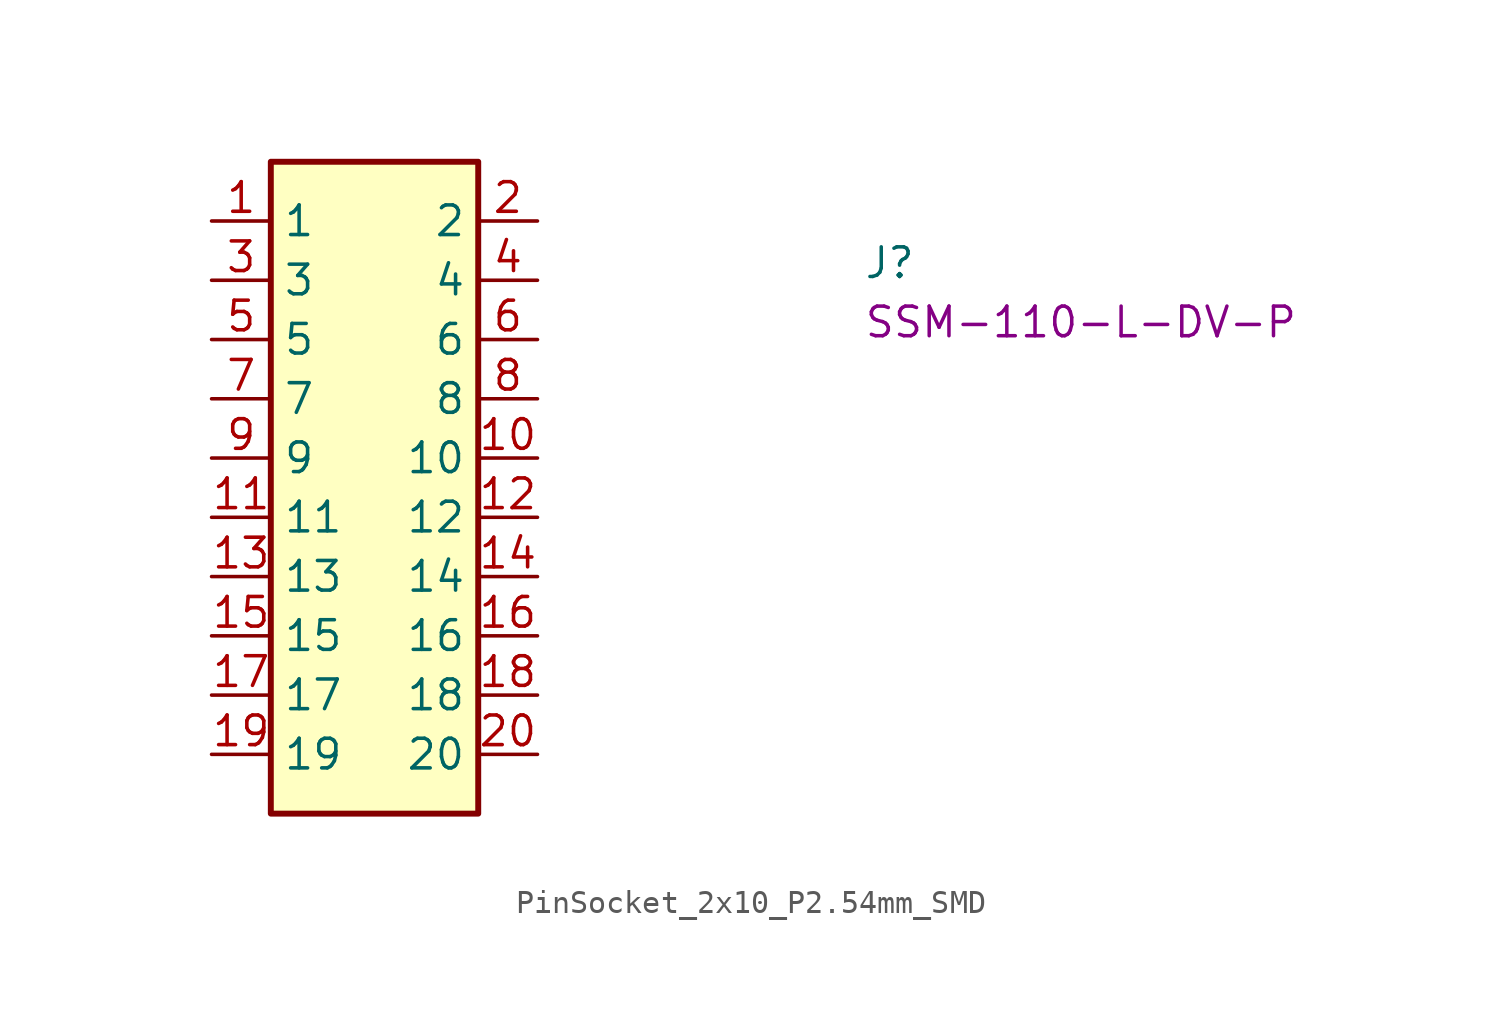
<source format=kicad_sym>
(kicad_symbol_lib
  (version 20220914)
  (generator kicad_symbol_editor)
  (symbol "PinSocket_2x10_P2.54mm_SMD"
    (property "Reference" "J"
      (at 27.94 -2.54 0)
      (effects (font (size 1.27 1.27) (thickness 0.15)) (justify left bottom)))
    (property "MPN" "SSM-110-L-DV-P"
      (at 27.94 -5.08 0)
      (effects (font (size 1.27 1.27) (thickness 0.15)) (justify left bottom)))
    (symbol "PinSocket_2x10_P2.54mm_SMD_1_1"
      (rectangle (start 2.54 2.54) (end 11.43 -25.4) (stroke (width 0.254) (type default)) (fill (type background)))
      (pin passive line (at 0 0 0) (length 2.54) (name "1" (effects (font (size 1.27 1.27)))) (number "1" (effects (font (size 1.27 1.27)))))
      (pin passive line (at 13.97 -10.16 180) (length 2.54) (name "10" (effects (font (size 1.27 1.27)))) (number "10" (effects (font (size 1.27 1.27)))))
      (pin passive line (at 0 -12.7 0) (length 2.54) (name "11" (effects (font (size 1.27 1.27)))) (number "11" (effects (font (size 1.27 1.27)))))
      (pin passive line (at 13.97 -12.7 180) (length 2.54) (name "12" (effects (font (size 1.27 1.27)))) (number "12" (effects (font (size 1.27 1.27)))))
      (pin passive line (at 0 -15.24 0) (length 2.54) (name "13" (effects (font (size 1.27 1.27)))) (number "13" (effects (font (size 1.27 1.27)))))
      (pin passive line (at 13.97 -15.24 180) (length 2.54) (name "14" (effects (font (size 1.27 1.27)))) (number "14" (effects (font (size 1.27 1.27)))))
      (pin passive line (at 0 -17.78 0) (length 2.54) (name "15" (effects (font (size 1.27 1.27)))) (number "15" (effects (font (size 1.27 1.27)))))
      (pin passive line (at 13.97 -17.78 180) (length 2.54) (name "16" (effects (font (size 1.27 1.27)))) (number "16" (effects (font (size 1.27 1.27)))))
      (pin passive line (at 0 -20.32 0) (length 2.54) (name "17" (effects (font (size 1.27 1.27)))) (number "17" (effects (font (size 1.27 1.27)))))
      (pin passive line (at 13.97 -20.32 180) (length 2.54) (name "18" (effects (font (size 1.27 1.27)))) (number "18" (effects (font (size 1.27 1.27)))))
      (pin passive line (at 0 -22.86 0) (length 2.54) (name "19" (effects (font (size 1.27 1.27)))) (number "19" (effects (font (size 1.27 1.27)))))
      (pin passive line (at 13.97 0 180) (length 2.54) (name "2" (effects (font (size 1.27 1.27)))) (number "2" (effects (font (size 1.27 1.27)))))
      (pin passive line (at 13.97 -22.86 180) (length 2.54) (name "20" (effects (font (size 1.27 1.27)))) (number "20" (effects (font (size 1.27 1.27)))))
      (pin passive line (at 0 -2.54 0) (length 2.54) (name "3" (effects (font (size 1.27 1.27)))) (number "3" (effects (font (size 1.27 1.27)))))
      (pin passive line (at 13.97 -2.54 180) (length 2.54) (name "4" (effects (font (size 1.27 1.27)))) (number "4" (effects (font (size 1.27 1.27)))))
      (pin passive line (at 0 -5.08 0) (length 2.54) (name "5" (effects (font (size 1.27 1.27)))) (number "5" (effects (font (size 1.27 1.27)))))
      (pin passive line (at 13.97 -5.08 180) (length 2.54) (name "6" (effects (font (size 1.27 1.27)))) (number "6" (effects (font (size 1.27 1.27)))))
      (pin passive line (at 0 -7.62 0) (length 2.54) (name "7" (effects (font (size 1.27 1.27)))) (number "7" (effects (font (size 1.27 1.27)))))
      (pin passive line (at 13.97 -7.62 180) (length 2.54) (name "8" (effects (font (size 1.27 1.27)))) (number "8" (effects (font (size 1.27 1.27)))))
      (pin passive line (at 0 -10.16 0) (length 2.54) (name "9" (effects (font (size 1.27 1.27)))) (number "9" (effects (font (size 1.27 1.27))))))))
</source>
